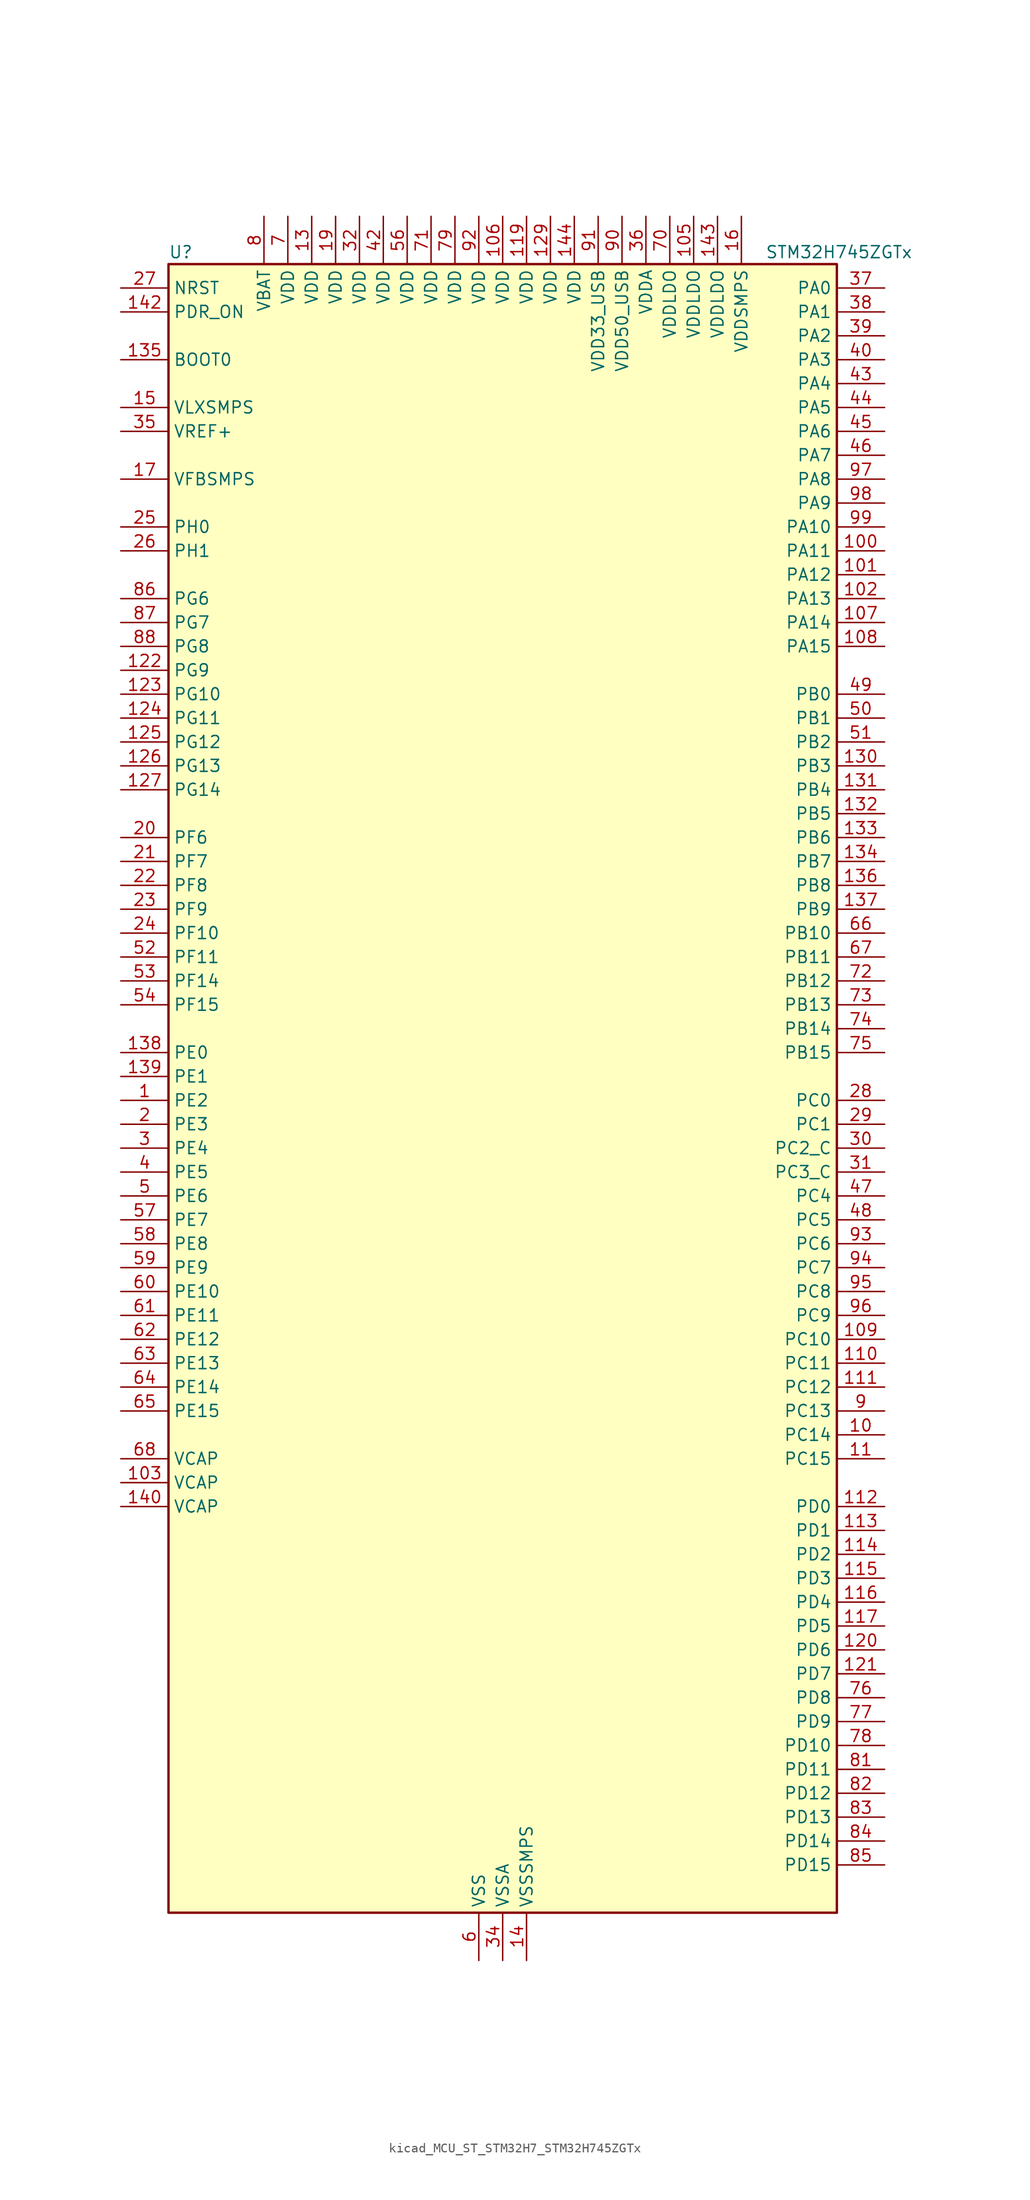
<source format=kicad_sym>
(kicad_symbol_lib
  (version 20220914)
  (generator kicad_symbol_editor)
  (symbol "kicad_MCU_ST_STM32H7_STM32H745ZGTx"
    (property "Reference" "U"
      (at -35.56 90.17 0)
      (effects (font (size 1.27 1.27)) (justify left)))
    (property "Value" "STM32H745ZGTx"
      (at 27.94 90.17 0)
      (effects (font (size 1.27 1.27)) (justify left)))
    (property "ki_locked" ""
      (at 0 0 0)
      (effects (font (size 1.27 1.27))))
    (symbol "kicad_MCU_ST_STM32H7_STM32H745ZGTx_0_1"
      (rectangle (start -35.56 -86.36) (end 35.56 88.9) (stroke (width 0.254) (type default)) (fill (type background))))
    (symbol "kicad_MCU_ST_STM32H7_STM32H745ZGTx_1_1"
      (pin bidirectional line (at -40.64 0 0) (length 5.08) (name "PE2" (effects (font (size 1.27 1.27)))) (number "1" (effects (font (size 1.27 1.27)))) (alternate "DEBUG_TRACECLK" bidirectional line) (alternate "ETH_TXD3" bidirectional line) (alternate "FMC_A23" bidirectional line) (alternate "QUADSPI_BK1_IO2" bidirectional line) (alternate "SAI1_CK1" bidirectional line) (alternate "SAI1_MCLK_A" bidirectional line) (alternate "SAI4_CK1" bidirectional line) (alternate "SAI4_MCLK_A" bidirectional line) (alternate "SPI4_SCK" bidirectional line))
      (pin bidirectional line (at 40.64 -35.56 180) (length 5.08) (name "PC14" (effects (font (size 1.27 1.27)))) (number "10" (effects (font (size 1.27 1.27)))) (alternate "RCC_OSC32_IN" bidirectional line))
      (pin bidirectional line (at 40.64 58.42 180) (length 5.08) (name "PA11" (effects (font (size 1.27 1.27)))) (number "100" (effects (font (size 1.27 1.27)))) (alternate "ADC1_EXTI11" bidirectional line) (alternate "ADC2_EXTI11" bidirectional line) (alternate "ADC3_EXTI11" bidirectional line) (alternate "FDCAN1_RX" bidirectional line) (alternate "HRTIM_CHD1" bidirectional line) (alternate "I2S2_WS" bidirectional line) (alternate "LPUART1_CTS" bidirectional line) (alternate "LTDC_R4" bidirectional line) (alternate "SPI2_NSS" bidirectional line) (alternate "TIM1_CH4" bidirectional line) (alternate "UART4_RX" bidirectional line) (alternate "USART1_CTS" bidirectional line) (alternate "USART1_NSS" bidirectional line) (alternate "USB_OTG_FS_DM" bidirectional line))
      (pin bidirectional line (at 40.64 55.88 180) (length 5.08) (name "PA12" (effects (font (size 1.27 1.27)))) (number "101" (effects (font (size 1.27 1.27)))) (alternate "FDCAN1_TX" bidirectional line) (alternate "HRTIM_CHD2" bidirectional line) (alternate "I2S2_CK" bidirectional line) (alternate "LPUART1_DE" bidirectional line) (alternate "LPUART1_RTS" bidirectional line) (alternate "LTDC_R5" bidirectional line) (alternate "SAI2_FS_B" bidirectional line) (alternate "SPI2_SCK" bidirectional line) (alternate "TIM1_ETR" bidirectional line) (alternate "UART4_TX" bidirectional line) (alternate "USART1_DE" bidirectional line) (alternate "USART1_RTS" bidirectional line) (alternate "USB_OTG_FS_DP" bidirectional line))
      (pin bidirectional line (at 40.64 53.34 180) (length 5.08) (name "PA13" (effects (font (size 1.27 1.27)))) (number "102" (effects (font (size 1.27 1.27)))) (alternate "DEBUG_JTMS-SWDIO" bidirectional line))
      (pin power_out line (at -40.64 -40.64 0) (length 5.08) (name "VCAP" (effects (font (size 1.27 1.27)))) (number "103" (effects (font (size 1.27 1.27)))))
      (pin passive line (at -2.54 -91.44 90) (length 5.08) hide (name "VSS" (effects (font (size 1.27 1.27)))) (number "104" (effects (font (size 1.27 1.27)))))
      (pin power_in line (at 20.32 93.98 270) (length 5.08) (name "VDDLDO" (effects (font (size 1.27 1.27)))) (number "105" (effects (font (size 1.27 1.27)))))
      (pin power_in line (at 0 93.98 270) (length 5.08) (name "VDD" (effects (font (size 1.27 1.27)))) (number "106" (effects (font (size 1.27 1.27)))))
      (pin bidirectional line (at 40.64 50.8 180) (length 5.08) (name "PA14" (effects (font (size 1.27 1.27)))) (number "107" (effects (font (size 1.27 1.27)))) (alternate "DEBUG_JTCK-SWCLK" bidirectional line))
      (pin bidirectional line (at 40.64 48.26 180) (length 5.08) (name "PA15" (effects (font (size 1.27 1.27)))) (number "108" (effects (font (size 1.27 1.27)))) (alternate "ADC1_EXTI15" bidirectional line) (alternate "ADC2_EXTI15" bidirectional line) (alternate "ADC3_EXTI15" bidirectional line) (alternate "CEC" bidirectional line) (alternate "DEBUG_JTDI" bidirectional line) (alternate "HRTIM_FLT1" bidirectional line) (alternate "I2S1_WS" bidirectional line) (alternate "I2S3_WS" bidirectional line) (alternate "SPI1_NSS" bidirectional line) (alternate "SPI3_NSS" bidirectional line) (alternate "SPI6_NSS" bidirectional line) (alternate "TIM2_CH1" bidirectional line) (alternate "TIM2_ETR" bidirectional line) (alternate "UART4_DE" bidirectional line) (alternate "UART4_RTS" bidirectional line) (alternate "UART7_TX" bidirectional line))
      (pin bidirectional line (at 40.64 -25.4 180) (length 5.08) (name "PC10" (effects (font (size 1.27 1.27)))) (number "109" (effects (font (size 1.27 1.27)))) (alternate "DCMI_D8" bidirectional line) (alternate "DFSDM1_CKIN5" bidirectional line) (alternate "HRTIM_EEV1" bidirectional line) (alternate "I2S3_CK" bidirectional line) (alternate "LTDC_R2" bidirectional line) (alternate "QUADSPI_BK1_IO1" bidirectional line) (alternate "SDMMC1_D2" bidirectional line) (alternate "SPI3_SCK" bidirectional line) (alternate "UART4_TX" bidirectional line) (alternate "USART3_TX" bidirectional line))
      (pin bidirectional line (at 40.64 -38.1 180) (length 5.08) (name "PC15" (effects (font (size 1.27 1.27)))) (number "11" (effects (font (size 1.27 1.27)))) (alternate "ADC1_EXTI15" bidirectional line) (alternate "ADC2_EXTI15" bidirectional line) (alternate "ADC3_EXTI15" bidirectional line) (alternate "RCC_OSC32_OUT" bidirectional line))
      (pin bidirectional line (at 40.64 -27.94 180) (length 5.08) (name "PC11" (effects (font (size 1.27 1.27)))) (number "110" (effects (font (size 1.27 1.27)))) (alternate "ADC1_EXTI11" bidirectional line) (alternate "ADC2_EXTI11" bidirectional line) (alternate "ADC3_EXTI11" bidirectional line) (alternate "DCMI_D4" bidirectional line) (alternate "DFSDM1_DATIN5" bidirectional line) (alternate "HRTIM_FLT2" bidirectional line) (alternate "I2S3_SDI" bidirectional line) (alternate "QUADSPI_BK2_NCS" bidirectional line) (alternate "SDMMC1_D3" bidirectional line) (alternate "SPI3_MISO" bidirectional line) (alternate "UART4_RX" bidirectional line) (alternate "USART3_RX" bidirectional line))
      (pin bidirectional line (at 40.64 -30.48 180) (length 5.08) (name "PC12" (effects (font (size 1.27 1.27)))) (number "111" (effects (font (size 1.27 1.27)))) (alternate "DCMI_D9" bidirectional line) (alternate "DEBUG_TRACED3" bidirectional line) (alternate "HRTIM_EEV2" bidirectional line) (alternate "I2S3_SDO" bidirectional line) (alternate "SDMMC1_CK" bidirectional line) (alternate "SPI3_MOSI" bidirectional line) (alternate "UART5_TX" bidirectional line) (alternate "USART3_CK" bidirectional line))
      (pin bidirectional line (at 40.64 -43.18 180) (length 5.08) (name "PD0" (effects (font (size 1.27 1.27)))) (number "112" (effects (font (size 1.27 1.27)))) (alternate "DFSDM1_CKIN6" bidirectional line) (alternate "FDCAN1_RX" bidirectional line) (alternate "FMC_D2" bidirectional line) (alternate "FMC_DA2" bidirectional line) (alternate "SAI3_SCK_A" bidirectional line) (alternate "UART4_RX" bidirectional line))
      (pin bidirectional line (at 40.64 -45.72 180) (length 5.08) (name "PD1" (effects (font (size 1.27 1.27)))) (number "113" (effects (font (size 1.27 1.27)))) (alternate "DFSDM1_DATIN6" bidirectional line) (alternate "FDCAN1_TX" bidirectional line) (alternate "FMC_D3" bidirectional line) (alternate "FMC_DA3" bidirectional line) (alternate "SAI3_SD_A" bidirectional line) (alternate "UART4_TX" bidirectional line))
      (pin bidirectional line (at 40.64 -48.26 180) (length 5.08) (name "PD2" (effects (font (size 1.27 1.27)))) (number "114" (effects (font (size 1.27 1.27)))) (alternate "DCMI_D11" bidirectional line) (alternate "DEBUG_TRACED2" bidirectional line) (alternate "SDMMC1_CMD" bidirectional line) (alternate "TIM3_ETR" bidirectional line) (alternate "UART5_RX" bidirectional line))
      (pin bidirectional line (at 40.64 -50.8 180) (length 5.08) (name "PD3" (effects (font (size 1.27 1.27)))) (number "115" (effects (font (size 1.27 1.27)))) (alternate "DCMI_D5" bidirectional line) (alternate "DFSDM1_CKOUT" bidirectional line) (alternate "FMC_CLK" bidirectional line) (alternate "I2S2_CK" bidirectional line) (alternate "LTDC_G7" bidirectional line) (alternate "SPI2_SCK" bidirectional line) (alternate "USART2_CTS" bidirectional line) (alternate "USART2_NSS" bidirectional line))
      (pin bidirectional line (at 40.64 -53.34 180) (length 5.08) (name "PD4" (effects (font (size 1.27 1.27)))) (number "116" (effects (font (size 1.27 1.27)))) (alternate "FMC_NOE" bidirectional line) (alternate "HRTIM_FLT3" bidirectional line) (alternate "SAI3_FS_A" bidirectional line) (alternate "USART2_DE" bidirectional line) (alternate "USART2_RTS" bidirectional line))
      (pin bidirectional line (at 40.64 -55.88 180) (length 5.08) (name "PD5" (effects (font (size 1.27 1.27)))) (number "117" (effects (font (size 1.27 1.27)))) (alternate "FMC_NWE" bidirectional line) (alternate "HRTIM_EEV3" bidirectional line) (alternate "USART2_TX" bidirectional line))
      (pin passive line (at -2.54 -91.44 90) (length 5.08) hide (name "VSS" (effects (font (size 1.27 1.27)))) (number "118" (effects (font (size 1.27 1.27)))))
      (pin power_in line (at 2.54 93.98 270) (length 5.08) (name "VDD" (effects (font (size 1.27 1.27)))) (number "119" (effects (font (size 1.27 1.27)))))
      (pin passive line (at -2.54 -91.44 90) (length 5.08) hide (name "VSS" (effects (font (size 1.27 1.27)))) (number "12" (effects (font (size 1.27 1.27)))))
      (pin bidirectional line (at 40.64 -58.42 180) (length 5.08) (name "PD6" (effects (font (size 1.27 1.27)))) (number "120" (effects (font (size 1.27 1.27)))) (alternate "DCMI_D10" bidirectional line) (alternate "DFSDM1_CKIN4" bidirectional line) (alternate "DFSDM1_DATIN1" bidirectional line) (alternate "FMC_NWAIT" bidirectional line) (alternate "I2S3_SDO" bidirectional line) (alternate "LTDC_B2" bidirectional line) (alternate "SAI1_D1" bidirectional line) (alternate "SAI1_SD_A" bidirectional line) (alternate "SAI4_D1" bidirectional line) (alternate "SAI4_SD_A" bidirectional line) (alternate "SDMMC2_CK" bidirectional line) (alternate "SPI3_MOSI" bidirectional line) (alternate "USART2_RX" bidirectional line))
      (pin bidirectional line (at 40.64 -60.96 180) (length 5.08) (name "PD7" (effects (font (size 1.27 1.27)))) (number "121" (effects (font (size 1.27 1.27)))) (alternate "DFSDM1_CKIN1" bidirectional line) (alternate "DFSDM1_DATIN4" bidirectional line) (alternate "FMC_NE1" bidirectional line) (alternate "I2S1_SDO" bidirectional line) (alternate "SDMMC2_CMD" bidirectional line) (alternate "SPDIFRX1_IN0" bidirectional line) (alternate "SPI1_MOSI" bidirectional line) (alternate "USART2_CK" bidirectional line))
      (pin bidirectional line (at -40.64 45.72 0) (length 5.08) (name "PG9" (effects (font (size 1.27 1.27)))) (number "122" (effects (font (size 1.27 1.27)))) (alternate "DAC1_EXTI9" bidirectional line) (alternate "DCMI_VSYNC" bidirectional line) (alternate "FMC_NCE" bidirectional line) (alternate "FMC_NE2" bidirectional line) (alternate "I2S1_SDI" bidirectional line) (alternate "QUADSPI_BK2_IO2" bidirectional line) (alternate "SAI2_FS_B" bidirectional line) (alternate "SPDIFRX1_IN3" bidirectional line) (alternate "SPI1_MISO" bidirectional line) (alternate "USART6_RX" bidirectional line))
      (pin bidirectional line (at -40.64 43.18 0) (length 5.08) (name "PG10" (effects (font (size 1.27 1.27)))) (number "123" (effects (font (size 1.27 1.27)))) (alternate "DCMI_D2" bidirectional line) (alternate "FMC_NE3" bidirectional line) (alternate "HRTIM_FLT5" bidirectional line) (alternate "I2S1_WS" bidirectional line) (alternate "LTDC_B2" bidirectional line) (alternate "LTDC_G3" bidirectional line) (alternate "SAI2_SD_B" bidirectional line) (alternate "SPI1_NSS" bidirectional line))
      (pin bidirectional line (at -40.64 40.64 0) (length 5.08) (name "PG11" (effects (font (size 1.27 1.27)))) (number "124" (effects (font (size 1.27 1.27)))) (alternate "ADC1_EXTI11" bidirectional line) (alternate "ADC2_EXTI11" bidirectional line) (alternate "ADC3_EXTI11" bidirectional line) (alternate "DCMI_D3" bidirectional line) (alternate "ETH_TX_EN" bidirectional line) (alternate "HRTIM_EEV4" bidirectional line) (alternate "I2S1_CK" bidirectional line) (alternate "LPTIM1_IN2" bidirectional line) (alternate "LTDC_B3" bidirectional line) (alternate "SDMMC2_D2" bidirectional line) (alternate "SPDIFRX1_IN0" bidirectional line) (alternate "SPI1_SCK" bidirectional line))
      (pin bidirectional line (at -40.64 38.1 0) (length 5.08) (name "PG12" (effects (font (size 1.27 1.27)))) (number "125" (effects (font (size 1.27 1.27)))) (alternate "ETH_TXD1" bidirectional line) (alternate "FMC_NE4" bidirectional line) (alternate "HRTIM_EEV5" bidirectional line) (alternate "LPTIM1_IN1" bidirectional line) (alternate "LTDC_B1" bidirectional line) (alternate "LTDC_B4" bidirectional line) (alternate "SPDIFRX1_IN1" bidirectional line) (alternate "SPI6_MISO" bidirectional line) (alternate "USART6_DE" bidirectional line) (alternate "USART6_RTS" bidirectional line))
      (pin bidirectional line (at -40.64 35.56 0) (length 5.08) (name "PG13" (effects (font (size 1.27 1.27)))) (number "126" (effects (font (size 1.27 1.27)))) (alternate "DEBUG_TRACED0" bidirectional line) (alternate "ETH_TXD0" bidirectional line) (alternate "FMC_A24" bidirectional line) (alternate "HRTIM_EEV10" bidirectional line) (alternate "LPTIM1_OUT" bidirectional line) (alternate "LTDC_R0" bidirectional line) (alternate "SPI6_SCK" bidirectional line) (alternate "USART6_CTS" bidirectional line) (alternate "USART6_NSS" bidirectional line))
      (pin bidirectional line (at -40.64 33.02 0) (length 5.08) (name "PG14" (effects (font (size 1.27 1.27)))) (number "127" (effects (font (size 1.27 1.27)))) (alternate "DEBUG_TRACED1" bidirectional line) (alternate "ETH_TXD1" bidirectional line) (alternate "FMC_A25" bidirectional line) (alternate "LPTIM1_ETR" bidirectional line) (alternate "LTDC_B0" bidirectional line) (alternate "QUADSPI_BK2_IO3" bidirectional line) (alternate "SPI6_MOSI" bidirectional line) (alternate "USART6_TX" bidirectional line))
      (pin passive line (at -2.54 -91.44 90) (length 5.08) hide (name "VSS" (effects (font (size 1.27 1.27)))) (number "128" (effects (font (size 1.27 1.27)))))
      (pin power_in line (at 5.08 93.98 270) (length 5.08) (name "VDD" (effects (font (size 1.27 1.27)))) (number "129" (effects (font (size 1.27 1.27)))))
      (pin power_in line (at -20.32 93.98 270) (length 5.08) (name "VDD" (effects (font (size 1.27 1.27)))) (number "13" (effects (font (size 1.27 1.27)))))
      (pin bidirectional line (at 40.64 35.56 180) (length 5.08) (name "PB3" (effects (font (size 1.27 1.27)))) (number "130" (effects (font (size 1.27 1.27)))) (alternate "CRS_SYNC" bidirectional line) (alternate "DEBUG_JTDO-SWO" bidirectional line) (alternate "HRTIM_FLT4" bidirectional line) (alternate "I2S1_CK" bidirectional line) (alternate "I2S3_CK" bidirectional line) (alternate "SDMMC2_D2" bidirectional line) (alternate "SPI1_SCK" bidirectional line) (alternate "SPI3_SCK" bidirectional line) (alternate "SPI6_SCK" bidirectional line) (alternate "TIM2_CH2" bidirectional line) (alternate "UART7_RX" bidirectional line))
      (pin bidirectional line (at 40.64 33.02 180) (length 5.08) (name "PB4" (effects (font (size 1.27 1.27)))) (number "131" (effects (font (size 1.27 1.27)))) (alternate "DEBUG_JTRST" bidirectional line) (alternate "HRTIM_EEV6" bidirectional line) (alternate "I2S1_SDI" bidirectional line) (alternate "I2S2_WS" bidirectional line) (alternate "I2S3_SDI" bidirectional line) (alternate "SDMMC2_D3" bidirectional line) (alternate "SPI1_MISO" bidirectional line) (alternate "SPI2_NSS" bidirectional line) (alternate "SPI3_MISO" bidirectional line) (alternate "SPI6_MISO" bidirectional line) (alternate "TIM16_BKIN" bidirectional line) (alternate "TIM3_CH1" bidirectional line) (alternate "UART7_TX" bidirectional line))
      (pin bidirectional line (at 40.64 30.48 180) (length 5.08) (name "PB5" (effects (font (size 1.27 1.27)))) (number "132" (effects (font (size 1.27 1.27)))) (alternate "DCMI_D10" bidirectional line) (alternate "ETH_PPS_OUT" bidirectional line) (alternate "FDCAN2_RX" bidirectional line) (alternate "FMC_SDCKE1" bidirectional line) (alternate "HRTIM_EEV7" bidirectional line) (alternate "I2C1_SMBA" bidirectional line) (alternate "I2C4_SMBA" bidirectional line) (alternate "I2S1_SDO" bidirectional line) (alternate "I2S3_SDO" bidirectional line) (alternate "SPI1_MOSI" bidirectional line) (alternate "SPI3_MOSI" bidirectional line) (alternate "SPI6_MOSI" bidirectional line) (alternate "TIM17_BKIN" bidirectional line) (alternate "TIM3_CH2" bidirectional line) (alternate "UART5_RX" bidirectional line) (alternate "USB_OTG_HS_ULPI_D7" bidirectional line))
      (pin bidirectional line (at 40.64 27.94 180) (length 5.08) (name "PB6" (effects (font (size 1.27 1.27)))) (number "133" (effects (font (size 1.27 1.27)))) (alternate "CEC" bidirectional line) (alternate "DCMI_D5" bidirectional line) (alternate "DFSDM1_DATIN5" bidirectional line) (alternate "FDCAN2_TX" bidirectional line) (alternate "FMC_SDNE1" bidirectional line) (alternate "HRTIM_EEV8" bidirectional line) (alternate "I2C1_SCL" bidirectional line) (alternate "I2C4_SCL" bidirectional line) (alternate "LPUART1_TX" bidirectional line) (alternate "QUADSPI_BK1_NCS" bidirectional line) (alternate "TIM16_CH1N" bidirectional line) (alternate "TIM4_CH1" bidirectional line) (alternate "UART5_TX" bidirectional line) (alternate "USART1_TX" bidirectional line))
      (pin bidirectional line (at 40.64 25.4 180) (length 5.08) (name "PB7" (effects (font (size 1.27 1.27)))) (number "134" (effects (font (size 1.27 1.27)))) (alternate "DCMI_VSYNC" bidirectional line) (alternate "DFSDM1_CKIN5" bidirectional line) (alternate "FMC_NL" bidirectional line) (alternate "HRTIM_EEV9" bidirectional line) (alternate "I2C1_SDA" bidirectional line) (alternate "I2C4_SDA" bidirectional line) (alternate "LPUART1_RX" bidirectional line) (alternate "PWR_PVD_IN" bidirectional line) (alternate "TIM17_CH1N" bidirectional line) (alternate "TIM4_CH2" bidirectional line) (alternate "USART1_RX" bidirectional line))
      (pin input line (at -40.64 78.74 0) (length 5.08) (name "BOOT0" (effects (font (size 1.27 1.27)))) (number "135" (effects (font (size 1.27 1.27)))))
      (pin bidirectional line (at 40.64 22.86 180) (length 5.08) (name "PB8" (effects (font (size 1.27 1.27)))) (number "136" (effects (font (size 1.27 1.27)))) (alternate "DCMI_D6" bidirectional line) (alternate "DFSDM1_CKIN7" bidirectional line) (alternate "ETH_TXD3" bidirectional line) (alternate "FDCAN1_RX" bidirectional line) (alternate "I2C1_SCL" bidirectional line) (alternate "I2C4_SCL" bidirectional line) (alternate "LTDC_B6" bidirectional line) (alternate "SDMMC1_CKIN" bidirectional line) (alternate "SDMMC1_D4" bidirectional line) (alternate "SDMMC2_D4" bidirectional line) (alternate "TIM16_CH1" bidirectional line) (alternate "TIM4_CH3" bidirectional line) (alternate "UART4_RX" bidirectional line))
      (pin bidirectional line (at 40.64 20.32 180) (length 5.08) (name "PB9" (effects (font (size 1.27 1.27)))) (number "137" (effects (font (size 1.27 1.27)))) (alternate "DAC1_EXTI9" bidirectional line) (alternate "DCMI_D7" bidirectional line) (alternate "DFSDM1_DATIN7" bidirectional line) (alternate "FDCAN1_TX" bidirectional line) (alternate "I2C1_SDA" bidirectional line) (alternate "I2C4_SDA" bidirectional line) (alternate "I2C4_SMBA" bidirectional line) (alternate "I2S2_WS" bidirectional line) (alternate "LTDC_B7" bidirectional line) (alternate "SDMMC1_CDIR" bidirectional line) (alternate "SDMMC1_D5" bidirectional line) (alternate "SDMMC2_D5" bidirectional line) (alternate "SPI2_NSS" bidirectional line) (alternate "TIM17_CH1" bidirectional line) (alternate "TIM4_CH4" bidirectional line) (alternate "UART4_TX" bidirectional line))
      (pin bidirectional line (at -40.64 5.08 0) (length 5.08) (name "PE0" (effects (font (size 1.27 1.27)))) (number "138" (effects (font (size 1.27 1.27)))) (alternate "DCMI_D2" bidirectional line) (alternate "FMC_NBL0" bidirectional line) (alternate "HRTIM_SCIN" bidirectional line) (alternate "LPTIM1_ETR" bidirectional line) (alternate "LPTIM2_ETR" bidirectional line) (alternate "SAI2_MCLK_A" bidirectional line) (alternate "TIM4_ETR" bidirectional line) (alternate "UART8_RX" bidirectional line))
      (pin bidirectional line (at -40.64 2.54 0) (length 5.08) (name "PE1" (effects (font (size 1.27 1.27)))) (number "139" (effects (font (size 1.27 1.27)))) (alternate "DCMI_D3" bidirectional line) (alternate "FMC_NBL1" bidirectional line) (alternate "HRTIM_SCOUT" bidirectional line) (alternate "LPTIM1_IN2" bidirectional line) (alternate "UART8_TX" bidirectional line))
      (pin power_in line (at 2.54 -91.44 90) (length 5.08) (name "VSSSMPS" (effects (font (size 1.27 1.27)))) (number "14" (effects (font (size 1.27 1.27)))))
      (pin power_out line (at -40.64 -43.18 0) (length 5.08) (name "VCAP" (effects (font (size 1.27 1.27)))) (number "140" (effects (font (size 1.27 1.27)))))
      (pin passive line (at -2.54 -91.44 90) (length 5.08) hide (name "VSS" (effects (font (size 1.27 1.27)))) (number "141" (effects (font (size 1.27 1.27)))))
      (pin input line (at -40.64 83.82 0) (length 5.08) (name "PDR_ON" (effects (font (size 1.27 1.27)))) (number "142" (effects (font (size 1.27 1.27)))))
      (pin power_in line (at 22.86 93.98 270) (length 5.08) (name "VDDLDO" (effects (font (size 1.27 1.27)))) (number "143" (effects (font (size 1.27 1.27)))))
      (pin power_in line (at 7.62 93.98 270) (length 5.08) (name "VDD" (effects (font (size 1.27 1.27)))) (number "144" (effects (font (size 1.27 1.27)))))
      (pin power_in line (at -40.64 73.66 0) (length 5.08) (name "VLXSMPS" (effects (font (size 1.27 1.27)))) (number "15" (effects (font (size 1.27 1.27)))))
      (pin power_in line (at 25.4 93.98 270) (length 5.08) (name "VDDSMPS" (effects (font (size 1.27 1.27)))) (number "16" (effects (font (size 1.27 1.27)))))
      (pin input line (at -40.64 66.04 0) (length 5.08) (name "VFBSMPS" (effects (font (size 1.27 1.27)))) (number "17" (effects (font (size 1.27 1.27)))))
      (pin passive line (at -2.54 -91.44 90) (length 5.08) hide (name "VSS" (effects (font (size 1.27 1.27)))) (number "18" (effects (font (size 1.27 1.27)))))
      (pin power_in line (at -17.78 93.98 270) (length 5.08) (name "VDD" (effects (font (size 1.27 1.27)))) (number "19" (effects (font (size 1.27 1.27)))))
      (pin bidirectional line (at -40.64 -2.54 0) (length 5.08) (name "PE3" (effects (font (size 1.27 1.27)))) (number "2" (effects (font (size 1.27 1.27)))) (alternate "DEBUG_TRACED0" bidirectional line) (alternate "FMC_A19" bidirectional line) (alternate "SAI1_SD_B" bidirectional line) (alternate "SAI4_SD_B" bidirectional line) (alternate "TIM15_BKIN" bidirectional line))
      (pin bidirectional line (at -40.64 27.94 0) (length 5.08) (name "PF6" (effects (font (size 1.27 1.27)))) (number "20" (effects (font (size 1.27 1.27)))) (alternate "ADC3_INP8" bidirectional line) (alternate "QUADSPI_BK1_IO3" bidirectional line) (alternate "SAI1_SD_B" bidirectional line) (alternate "SAI4_SD_B" bidirectional line) (alternate "SPI5_NSS" bidirectional line) (alternate "TIM16_CH1" bidirectional line) (alternate "UART7_RX" bidirectional line))
      (pin bidirectional line (at -40.64 25.4 0) (length 5.08) (name "PF7" (effects (font (size 1.27 1.27)))) (number "21" (effects (font (size 1.27 1.27)))) (alternate "ADC3_INP3" bidirectional line) (alternate "QUADSPI_BK1_IO2" bidirectional line) (alternate "SAI1_MCLK_B" bidirectional line) (alternate "SAI4_MCLK_B" bidirectional line) (alternate "SPI5_SCK" bidirectional line) (alternate "TIM17_CH1" bidirectional line) (alternate "UART7_TX" bidirectional line))
      (pin bidirectional line (at -40.64 22.86 0) (length 5.08) (name "PF8" (effects (font (size 1.27 1.27)))) (number "22" (effects (font (size 1.27 1.27)))) (alternate "ADC3_INN3" bidirectional line) (alternate "ADC3_INP7" bidirectional line) (alternate "QUADSPI_BK1_IO0" bidirectional line) (alternate "SAI1_SCK_B" bidirectional line) (alternate "SAI4_SCK_B" bidirectional line) (alternate "SPI5_MISO" bidirectional line) (alternate "TIM13_CH1" bidirectional line) (alternate "TIM16_CH1N" bidirectional line) (alternate "UART7_DE" bidirectional line) (alternate "UART7_RTS" bidirectional line))
      (pin bidirectional line (at -40.64 20.32 0) (length 5.08) (name "PF9" (effects (font (size 1.27 1.27)))) (number "23" (effects (font (size 1.27 1.27)))) (alternate "ADC3_INP2" bidirectional line) (alternate "DAC1_EXTI9" bidirectional line) (alternate "QUADSPI_BK1_IO1" bidirectional line) (alternate "SAI1_FS_B" bidirectional line) (alternate "SAI4_FS_B" bidirectional line) (alternate "SPI5_MOSI" bidirectional line) (alternate "TIM14_CH1" bidirectional line) (alternate "TIM17_CH1N" bidirectional line) (alternate "UART7_CTS" bidirectional line))
      (pin bidirectional line (at -40.64 17.78 0) (length 5.08) (name "PF10" (effects (font (size 1.27 1.27)))) (number "24" (effects (font (size 1.27 1.27)))) (alternate "ADC3_INN2" bidirectional line) (alternate "ADC3_INP6" bidirectional line) (alternate "DCMI_D11" bidirectional line) (alternate "LTDC_DE" bidirectional line) (alternate "QUADSPI_CLK" bidirectional line) (alternate "SAI1_D3" bidirectional line) (alternate "SAI4_D3" bidirectional line) (alternate "TIM16_BKIN" bidirectional line))
      (pin bidirectional line (at -40.64 60.96 0) (length 5.08) (name "PH0" (effects (font (size 1.27 1.27)))) (number "25" (effects (font (size 1.27 1.27)))) (alternate "RCC_OSC_IN" bidirectional line))
      (pin bidirectional line (at -40.64 58.42 0) (length 5.08) (name "PH1" (effects (font (size 1.27 1.27)))) (number "26" (effects (font (size 1.27 1.27)))) (alternate "RCC_OSC_OUT" bidirectional line))
      (pin input line (at -40.64 86.36 0) (length 5.08) (name "NRST" (effects (font (size 1.27 1.27)))) (number "27" (effects (font (size 1.27 1.27)))))
      (pin bidirectional line (at 40.64 0 180) (length 5.08) (name "PC0" (effects (font (size 1.27 1.27)))) (number "28" (effects (font (size 1.27 1.27)))) (alternate "ADC1_INP10" bidirectional line) (alternate "ADC2_INP10" bidirectional line) (alternate "ADC3_INP10" bidirectional line) (alternate "DFSDM1_CKIN0" bidirectional line) (alternate "DFSDM1_DATIN4" bidirectional line) (alternate "FMC_SDNWE" bidirectional line) (alternate "LTDC_R5" bidirectional line) (alternate "SAI2_FS_B" bidirectional line) (alternate "USB_OTG_HS_ULPI_STP" bidirectional line))
      (pin bidirectional line (at 40.64 -2.54 180) (length 5.08) (name "PC1" (effects (font (size 1.27 1.27)))) (number "29" (effects (font (size 1.27 1.27)))) (alternate "ADC1_INN10" bidirectional line) (alternate "ADC1_INP11" bidirectional line) (alternate "ADC2_INN10" bidirectional line) (alternate "ADC2_INP11" bidirectional line) (alternate "ADC3_INN10" bidirectional line) (alternate "ADC3_INP11" bidirectional line) (alternate "DEBUG_TRACED0" bidirectional line) (alternate "DFSDM1_CKIN4" bidirectional line) (alternate "DFSDM1_DATIN0" bidirectional line) (alternate "ETH_MDC" bidirectional line) (alternate "I2S2_SDO" bidirectional line) (alternate "MDIOS_MDC" bidirectional line) (alternate "PWR_WKUP5" bidirectional line) (alternate "RTC_TAMP3" bidirectional line) (alternate "SAI1_D1" bidirectional line) (alternate "SAI1_SD_A" bidirectional line) (alternate "SAI4_D1" bidirectional line) (alternate "SAI4_SD_A" bidirectional line) (alternate "SDMMC2_CK" bidirectional line) (alternate "SPI2_MOSI" bidirectional line))
      (pin bidirectional line (at -40.64 -5.08 0) (length 5.08) (name "PE4" (effects (font (size 1.27 1.27)))) (number "3" (effects (font (size 1.27 1.27)))) (alternate "DCMI_D4" bidirectional line) (alternate "DEBUG_TRACED1" bidirectional line) (alternate "DFSDM1_DATIN3" bidirectional line) (alternate "FMC_A20" bidirectional line) (alternate "LTDC_B0" bidirectional line) (alternate "SAI1_D2" bidirectional line) (alternate "SAI1_FS_A" bidirectional line) (alternate "SAI4_D2" bidirectional line) (alternate "SAI4_FS_A" bidirectional line) (alternate "SPI4_NSS" bidirectional line) (alternate "TIM15_CH1N" bidirectional line))
      (pin bidirectional line (at 40.64 -5.08 180) (length 5.08) (name "PC2_C" (effects (font (size 1.27 1.27)))) (number "30" (effects (font (size 1.27 1.27)))) (alternate "ADC3_INN1" bidirectional line) (alternate "ADC3_INP0" bidirectional line) (alternate "DFSDM1_CKIN1" bidirectional line) (alternate "DFSDM1_CKOUT" bidirectional line) (alternate "ETH_TXD2" bidirectional line) (alternate "FMC_SDNE0" bidirectional line) (alternate "I2S2_SDI" bidirectional line) (alternate "PWR_CSTOP" bidirectional line) (alternate "SPI2_MISO" bidirectional line) (alternate "USB_OTG_HS_ULPI_DIR" bidirectional line))
      (pin bidirectional line (at 40.64 -7.62 180) (length 5.08) (name "PC3_C" (effects (font (size 1.27 1.27)))) (number "31" (effects (font (size 1.27 1.27)))) (alternate "ADC3_INP1" bidirectional line) (alternate "DFSDM1_DATIN1" bidirectional line) (alternate "ETH_TX_CLK" bidirectional line) (alternate "FMC_SDCKE0" bidirectional line) (alternate "I2S2_SDO" bidirectional line) (alternate "PWR_CSLEEP" bidirectional line) (alternate "SPI2_MOSI" bidirectional line) (alternate "USB_OTG_HS_ULPI_NXT" bidirectional line))
      (pin power_in line (at -15.24 93.98 270) (length 5.08) (name "VDD" (effects (font (size 1.27 1.27)))) (number "32" (effects (font (size 1.27 1.27)))))
      (pin passive line (at -2.54 -91.44 90) (length 5.08) hide (name "VSS" (effects (font (size 1.27 1.27)))) (number "33" (effects (font (size 1.27 1.27)))))
      (pin power_in line (at 0 -91.44 90) (length 5.08) (name "VSSA" (effects (font (size 1.27 1.27)))) (number "34" (effects (font (size 1.27 1.27)))))
      (pin input line (at -40.64 71.12 0) (length 5.08) (name "VREF+" (effects (font (size 1.27 1.27)))) (number "35" (effects (font (size 1.27 1.27)))) (alternate "VREFBUF_OUT" bidirectional line))
      (pin power_in line (at 15.24 93.98 270) (length 5.08) (name "VDDA" (effects (font (size 1.27 1.27)))) (number "36" (effects (font (size 1.27 1.27)))))
      (pin bidirectional line (at 40.64 86.36 180) (length 5.08) (name "PA0" (effects (font (size 1.27 1.27)))) (number "37" (effects (font (size 1.27 1.27)))) (alternate "ADC1_INP16" bidirectional line) (alternate "ETH_CRS" bidirectional line) (alternate "PWR_WKUP0" bidirectional line) (alternate "SAI2_SD_B" bidirectional line) (alternate "SDMMC2_CMD" bidirectional line) (alternate "TIM15_BKIN" bidirectional line) (alternate "TIM2_CH1" bidirectional line) (alternate "TIM2_ETR" bidirectional line) (alternate "TIM5_CH1" bidirectional line) (alternate "TIM8_ETR" bidirectional line) (alternate "UART4_TX" bidirectional line) (alternate "USART2_CTS" bidirectional line) (alternate "USART2_NSS" bidirectional line))
      (pin bidirectional line (at 40.64 83.82 180) (length 5.08) (name "PA1" (effects (font (size 1.27 1.27)))) (number "38" (effects (font (size 1.27 1.27)))) (alternate "ADC1_INN16" bidirectional line) (alternate "ADC1_INP17" bidirectional line) (alternate "ETH_REF_CLK" bidirectional line) (alternate "ETH_RX_CLK" bidirectional line) (alternate "LPTIM3_OUT" bidirectional line) (alternate "LTDC_R2" bidirectional line) (alternate "QUADSPI_BK1_IO3" bidirectional line) (alternate "SAI2_MCLK_B" bidirectional line) (alternate "TIM15_CH1N" bidirectional line) (alternate "TIM2_CH2" bidirectional line) (alternate "TIM5_CH2" bidirectional line) (alternate "UART4_RX" bidirectional line) (alternate "USART2_DE" bidirectional line) (alternate "USART2_RTS" bidirectional line))
      (pin bidirectional line (at 40.64 81.28 180) (length 5.08) (name "PA2" (effects (font (size 1.27 1.27)))) (number "39" (effects (font (size 1.27 1.27)))) (alternate "ADC1_INP14" bidirectional line) (alternate "ADC2_INP14" bidirectional line) (alternate "ETH_MDIO" bidirectional line) (alternate "LPTIM4_OUT" bidirectional line) (alternate "LTDC_R1" bidirectional line) (alternate "MDIOS_MDIO" bidirectional line) (alternate "PWR_WKUP1" bidirectional line) (alternate "SAI2_SCK_B" bidirectional line) (alternate "TIM15_CH1" bidirectional line) (alternate "TIM2_CH3" bidirectional line) (alternate "TIM5_CH3" bidirectional line) (alternate "USART2_TX" bidirectional line))
      (pin bidirectional line (at -40.64 -7.62 0) (length 5.08) (name "PE5" (effects (font (size 1.27 1.27)))) (number "4" (effects (font (size 1.27 1.27)))) (alternate "DCMI_D6" bidirectional line) (alternate "DEBUG_TRACED2" bidirectional line) (alternate "DFSDM1_CKIN3" bidirectional line) (alternate "FMC_A21" bidirectional line) (alternate "LTDC_G0" bidirectional line) (alternate "SAI1_CK2" bidirectional line) (alternate "SAI1_SCK_A" bidirectional line) (alternate "SAI4_CK2" bidirectional line) (alternate "SAI4_SCK_A" bidirectional line) (alternate "SPI4_MISO" bidirectional line) (alternate "TIM15_CH1" bidirectional line))
      (pin bidirectional line (at 40.64 78.74 180) (length 5.08) (name "PA3" (effects (font (size 1.27 1.27)))) (number "40" (effects (font (size 1.27 1.27)))) (alternate "ADC1_INP15" bidirectional line) (alternate "ADC2_INP15" bidirectional line) (alternate "ETH_COL" bidirectional line) (alternate "LPTIM5_OUT" bidirectional line) (alternate "LTDC_B2" bidirectional line) (alternate "LTDC_B5" bidirectional line) (alternate "TIM15_CH2" bidirectional line) (alternate "TIM2_CH4" bidirectional line) (alternate "TIM5_CH4" bidirectional line) (alternate "USART2_RX" bidirectional line) (alternate "USB_OTG_HS_ULPI_D0" bidirectional line))
      (pin passive line (at -2.54 -91.44 90) (length 5.08) hide (name "VSS" (effects (font (size 1.27 1.27)))) (number "41" (effects (font (size 1.27 1.27)))))
      (pin power_in line (at -12.7 93.98 270) (length 5.08) (name "VDD" (effects (font (size 1.27 1.27)))) (number "42" (effects (font (size 1.27 1.27)))))
      (pin bidirectional line (at 40.64 76.2 180) (length 5.08) (name "PA4" (effects (font (size 1.27 1.27)))) (number "43" (effects (font (size 1.27 1.27)))) (alternate "ADC1_INP18" bidirectional line) (alternate "ADC2_INP18" bidirectional line) (alternate "DAC1_OUT1" bidirectional line) (alternate "DCMI_HSYNC" bidirectional line) (alternate "I2S1_WS" bidirectional line) (alternate "I2S3_WS" bidirectional line) (alternate "LTDC_VSYNC" bidirectional line) (alternate "SPI1_NSS" bidirectional line) (alternate "SPI3_NSS" bidirectional line) (alternate "SPI6_NSS" bidirectional line) (alternate "TIM5_ETR" bidirectional line) (alternate "USART2_CK" bidirectional line) (alternate "USB_OTG_HS_SOF" bidirectional line))
      (pin bidirectional line (at 40.64 73.66 180) (length 5.08) (name "PA5" (effects (font (size 1.27 1.27)))) (number "44" (effects (font (size 1.27 1.27)))) (alternate "ADC1_INN18" bidirectional line) (alternate "ADC1_INP19" bidirectional line) (alternate "ADC2_INN18" bidirectional line) (alternate "ADC2_INP19" bidirectional line) (alternate "DAC1_OUT2" bidirectional line) (alternate "I2S1_CK" bidirectional line) (alternate "LTDC_R4" bidirectional line) (alternate "PWR_NDSTOP2" bidirectional line) (alternate "SPI1_SCK" bidirectional line) (alternate "SPI6_SCK" bidirectional line) (alternate "TIM2_CH1" bidirectional line) (alternate "TIM2_ETR" bidirectional line) (alternate "TIM8_CH1N" bidirectional line) (alternate "USB_OTG_HS_ULPI_CK" bidirectional line))
      (pin bidirectional line (at 40.64 71.12 180) (length 5.08) (name "PA6" (effects (font (size 1.27 1.27)))) (number "45" (effects (font (size 1.27 1.27)))) (alternate "ADC1_INP3" bidirectional line) (alternate "ADC2_INP3" bidirectional line) (alternate "DCMI_PIXCLK" bidirectional line) (alternate "I2S1_SDI" bidirectional line) (alternate "LTDC_G2" bidirectional line) (alternate "MDIOS_MDC" bidirectional line) (alternate "SPI1_MISO" bidirectional line) (alternate "SPI6_MISO" bidirectional line) (alternate "TIM13_CH1" bidirectional line) (alternate "TIM1_BKIN" bidirectional line) (alternate "TIM1_BKIN_COMP1" bidirectional line) (alternate "TIM1_BKIN_COMP2" bidirectional line) (alternate "TIM3_CH1" bidirectional line) (alternate "TIM8_BKIN" bidirectional line) (alternate "TIM8_BKIN_COMP1" bidirectional line) (alternate "TIM8_BKIN_COMP2" bidirectional line))
      (pin bidirectional line (at 40.64 68.58 180) (length 5.08) (name "PA7" (effects (font (size 1.27 1.27)))) (number "46" (effects (font (size 1.27 1.27)))) (alternate "ADC1_INN3" bidirectional line) (alternate "ADC1_INP7" bidirectional line) (alternate "ADC2_INN3" bidirectional line) (alternate "ADC2_INP7" bidirectional line) (alternate "ETH_CRS_DV" bidirectional line) (alternate "ETH_RX_DV" bidirectional line) (alternate "FMC_SDNWE" bidirectional line) (alternate "I2S1_SDO" bidirectional line) (alternate "OPAMP1_VINM" bidirectional line) (alternate "OPAMP1_VINM1" bidirectional line) (alternate "SPI1_MOSI" bidirectional line) (alternate "SPI6_MOSI" bidirectional line) (alternate "TIM14_CH1" bidirectional line) (alternate "TIM1_CH1N" bidirectional line) (alternate "TIM3_CH2" bidirectional line) (alternate "TIM8_CH1N" bidirectional line))
      (pin bidirectional line (at 40.64 -10.16 180) (length 5.08) (name "PC4" (effects (font (size 1.27 1.27)))) (number "47" (effects (font (size 1.27 1.27)))) (alternate "ADC1_INP4" bidirectional line) (alternate "ADC2_INP4" bidirectional line) (alternate "COMP1_INM" bidirectional line) (alternate "DFSDM1_CKIN2" bidirectional line) (alternate "ETH_RXD0" bidirectional line) (alternate "FMC_SDNE0" bidirectional line) (alternate "I2S1_MCK" bidirectional line) (alternate "OPAMP1_VOUT" bidirectional line) (alternate "SPDIFRX1_IN2" bidirectional line))
      (pin bidirectional line (at 40.64 -12.7 180) (length 5.08) (name "PC5" (effects (font (size 1.27 1.27)))) (number "48" (effects (font (size 1.27 1.27)))) (alternate "ADC1_INN4" bidirectional line) (alternate "ADC1_INP8" bidirectional line) (alternate "ADC2_INN4" bidirectional line) (alternate "ADC2_INP8" bidirectional line) (alternate "COMP1_OUT" bidirectional line) (alternate "DFSDM1_DATIN2" bidirectional line) (alternate "ETH_RXD1" bidirectional line) (alternate "FMC_SDCKE0" bidirectional line) (alternate "OPAMP1_VINM" bidirectional line) (alternate "OPAMP1_VINM0" bidirectional line) (alternate "SAI1_D3" bidirectional line) (alternate "SAI4_D3" bidirectional line) (alternate "SPDIFRX1_IN3" bidirectional line))
      (pin bidirectional line (at 40.64 43.18 180) (length 5.08) (name "PB0" (effects (font (size 1.27 1.27)))) (number "49" (effects (font (size 1.27 1.27)))) (alternate "ADC1_INN5" bidirectional line) (alternate "ADC1_INP9" bidirectional line) (alternate "ADC2_INN5" bidirectional line) (alternate "ADC2_INP9" bidirectional line) (alternate "COMP1_INP" bidirectional line) (alternate "DFSDM1_CKOUT" bidirectional line) (alternate "ETH_RXD2" bidirectional line) (alternate "LTDC_G1" bidirectional line) (alternate "LTDC_R3" bidirectional line) (alternate "OPAMP1_VINP" bidirectional line) (alternate "TIM1_CH2N" bidirectional line) (alternate "TIM3_CH3" bidirectional line) (alternate "TIM8_CH2N" bidirectional line) (alternate "UART4_CTS" bidirectional line) (alternate "USB_OTG_HS_ULPI_D1" bidirectional line))
      (pin bidirectional line (at -40.64 -10.16 0) (length 5.08) (name "PE6" (effects (font (size 1.27 1.27)))) (number "5" (effects (font (size 1.27 1.27)))) (alternate "DCMI_D7" bidirectional line) (alternate "DEBUG_TRACED3" bidirectional line) (alternate "FMC_A22" bidirectional line) (alternate "LTDC_G1" bidirectional line) (alternate "SAI1_D1" bidirectional line) (alternate "SAI1_SD_A" bidirectional line) (alternate "SAI2_MCLK_B" bidirectional line) (alternate "SAI4_D1" bidirectional line) (alternate "SAI4_SD_A" bidirectional line) (alternate "SPI4_MOSI" bidirectional line) (alternate "TIM15_CH2" bidirectional line) (alternate "TIM1_BKIN2" bidirectional line) (alternate "TIM1_BKIN2_COMP1" bidirectional line) (alternate "TIM1_BKIN2_COMP2" bidirectional line))
      (pin bidirectional line (at 40.64 40.64 180) (length 5.08) (name "PB1" (effects (font (size 1.27 1.27)))) (number "50" (effects (font (size 1.27 1.27)))) (alternate "ADC1_INP5" bidirectional line) (alternate "ADC2_INP5" bidirectional line) (alternate "COMP1_INM" bidirectional line) (alternate "DFSDM1_DATIN1" bidirectional line) (alternate "ETH_RXD3" bidirectional line) (alternate "LTDC_G0" bidirectional line) (alternate "LTDC_R6" bidirectional line) (alternate "TIM1_CH3N" bidirectional line) (alternate "TIM3_CH4" bidirectional line) (alternate "TIM8_CH3N" bidirectional line) (alternate "USB_OTG_HS_ULPI_D2" bidirectional line))
      (pin bidirectional line (at 40.64 38.1 180) (length 5.08) (name "PB2" (effects (font (size 1.27 1.27)))) (number "51" (effects (font (size 1.27 1.27)))) (alternate "COMP1_INP" bidirectional line) (alternate "DFSDM1_CKIN1" bidirectional line) (alternate "I2S3_SDO" bidirectional line) (alternate "QUADSPI_CLK" bidirectional line) (alternate "RTC_OUT_ALARM" bidirectional line) (alternate "RTC_OUT_CALIB" bidirectional line) (alternate "SAI1_D1" bidirectional line) (alternate "SAI1_SD_A" bidirectional line) (alternate "SAI4_D1" bidirectional line) (alternate "SAI4_SD_A" bidirectional line) (alternate "SPI3_MOSI" bidirectional line))
      (pin bidirectional line (at -40.64 15.24 0) (length 5.08) (name "PF11" (effects (font (size 1.27 1.27)))) (number "52" (effects (font (size 1.27 1.27)))) (alternate "ADC1_EXTI11" bidirectional line) (alternate "ADC1_INP2" bidirectional line) (alternate "ADC2_EXTI11" bidirectional line) (alternate "ADC3_EXTI11" bidirectional line) (alternate "DCMI_D12" bidirectional line) (alternate "FMC_SDNRAS" bidirectional line) (alternate "SAI2_SD_B" bidirectional line) (alternate "SPI5_MOSI" bidirectional line))
      (pin bidirectional line (at -40.64 12.7 0) (length 5.08) (name "PF14" (effects (font (size 1.27 1.27)))) (number "53" (effects (font (size 1.27 1.27)))) (alternate "ADC2_INN2" bidirectional line) (alternate "ADC2_INP6" bidirectional line) (alternate "DFSDM1_CKIN6" bidirectional line) (alternate "FMC_A8" bidirectional line) (alternate "I2C4_SCL" bidirectional line))
      (pin bidirectional line (at -40.64 10.16 0) (length 5.08) (name "PF15" (effects (font (size 1.27 1.27)))) (number "54" (effects (font (size 1.27 1.27)))) (alternate "ADC1_EXTI15" bidirectional line) (alternate "ADC2_EXTI15" bidirectional line) (alternate "ADC3_EXTI15" bidirectional line) (alternate "FMC_A9" bidirectional line) (alternate "I2C4_SDA" bidirectional line))
      (pin passive line (at -2.54 -91.44 90) (length 5.08) hide (name "VSS" (effects (font (size 1.27 1.27)))) (number "55" (effects (font (size 1.27 1.27)))))
      (pin power_in line (at -10.16 93.98 270) (length 5.08) (name "VDD" (effects (font (size 1.27 1.27)))) (number "56" (effects (font (size 1.27 1.27)))))
      (pin bidirectional line (at -40.64 -12.7 0) (length 5.08) (name "PE7" (effects (font (size 1.27 1.27)))) (number "57" (effects (font (size 1.27 1.27)))) (alternate "COMP2_INM" bidirectional line) (alternate "DFSDM1_DATIN2" bidirectional line) (alternate "FMC_D4" bidirectional line) (alternate "FMC_DA4" bidirectional line) (alternate "OPAMP2_VOUT" bidirectional line) (alternate "QUADSPI_BK2_IO0" bidirectional line) (alternate "TIM1_ETR" bidirectional line) (alternate "UART7_RX" bidirectional line))
      (pin bidirectional line (at -40.64 -15.24 0) (length 5.08) (name "PE8" (effects (font (size 1.27 1.27)))) (number "58" (effects (font (size 1.27 1.27)))) (alternate "COMP2_OUT" bidirectional line) (alternate "DFSDM1_CKIN2" bidirectional line) (alternate "FMC_D5" bidirectional line) (alternate "FMC_DA5" bidirectional line) (alternate "OPAMP2_VINM" bidirectional line) (alternate "OPAMP2_VINM0" bidirectional line) (alternate "QUADSPI_BK2_IO1" bidirectional line) (alternate "TIM1_CH1N" bidirectional line) (alternate "UART7_TX" bidirectional line))
      (pin bidirectional line (at -40.64 -17.78 0) (length 5.08) (name "PE9" (effects (font (size 1.27 1.27)))) (number "59" (effects (font (size 1.27 1.27)))) (alternate "COMP2_INP" bidirectional line) (alternate "DAC1_EXTI9" bidirectional line) (alternate "DFSDM1_CKOUT" bidirectional line) (alternate "FMC_D6" bidirectional line) (alternate "FMC_DA6" bidirectional line) (alternate "OPAMP2_VINP" bidirectional line) (alternate "QUADSPI_BK2_IO2" bidirectional line) (alternate "TIM1_CH1" bidirectional line) (alternate "UART7_DE" bidirectional line) (alternate "UART7_RTS" bidirectional line))
      (pin power_in line (at -2.54 -91.44 90) (length 5.08) (name "VSS" (effects (font (size 1.27 1.27)))) (number "6" (effects (font (size 1.27 1.27)))))
      (pin bidirectional line (at -40.64 -20.32 0) (length 5.08) (name "PE10" (effects (font (size 1.27 1.27)))) (number "60" (effects (font (size 1.27 1.27)))) (alternate "COMP2_INM" bidirectional line) (alternate "DFSDM1_DATIN4" bidirectional line) (alternate "FMC_D7" bidirectional line) (alternate "FMC_DA7" bidirectional line) (alternate "QUADSPI_BK2_IO3" bidirectional line) (alternate "TIM1_CH2N" bidirectional line) (alternate "UART7_CTS" bidirectional line))
      (pin bidirectional line (at -40.64 -22.86 0) (length 5.08) (name "PE11" (effects (font (size 1.27 1.27)))) (number "61" (effects (font (size 1.27 1.27)))) (alternate "ADC1_EXTI11" bidirectional line) (alternate "ADC2_EXTI11" bidirectional line) (alternate "ADC3_EXTI11" bidirectional line) (alternate "COMP2_INP" bidirectional line) (alternate "DFSDM1_CKIN4" bidirectional line) (alternate "FMC_D8" bidirectional line) (alternate "FMC_DA8" bidirectional line) (alternate "LTDC_G3" bidirectional line) (alternate "SAI2_SD_B" bidirectional line) (alternate "SPI4_NSS" bidirectional line) (alternate "TIM1_CH2" bidirectional line))
      (pin bidirectional line (at -40.64 -25.4 0) (length 5.08) (name "PE12" (effects (font (size 1.27 1.27)))) (number "62" (effects (font (size 1.27 1.27)))) (alternate "COMP1_OUT" bidirectional line) (alternate "DFSDM1_DATIN5" bidirectional line) (alternate "FMC_D9" bidirectional line) (alternate "FMC_DA9" bidirectional line) (alternate "LTDC_B4" bidirectional line) (alternate "SAI2_SCK_B" bidirectional line) (alternate "SPI4_SCK" bidirectional line) (alternate "TIM1_CH3N" bidirectional line))
      (pin bidirectional line (at -40.64 -27.94 0) (length 5.08) (name "PE13" (effects (font (size 1.27 1.27)))) (number "63" (effects (font (size 1.27 1.27)))) (alternate "COMP2_OUT" bidirectional line) (alternate "DFSDM1_CKIN5" bidirectional line) (alternate "FMC_D10" bidirectional line) (alternate "FMC_DA10" bidirectional line) (alternate "LTDC_DE" bidirectional line) (alternate "SAI2_FS_B" bidirectional line) (alternate "SPI4_MISO" bidirectional line) (alternate "TIM1_CH3" bidirectional line))
      (pin bidirectional line (at -40.64 -30.48 0) (length 5.08) (name "PE14" (effects (font (size 1.27 1.27)))) (number "64" (effects (font (size 1.27 1.27)))) (alternate "FMC_D11" bidirectional line) (alternate "FMC_DA11" bidirectional line) (alternate "LTDC_CLK" bidirectional line) (alternate "SAI2_MCLK_B" bidirectional line) (alternate "SPI4_MOSI" bidirectional line) (alternate "TIM1_CH4" bidirectional line))
      (pin bidirectional line (at -40.64 -33.02 0) (length 5.08) (name "PE15" (effects (font (size 1.27 1.27)))) (number "65" (effects (font (size 1.27 1.27)))) (alternate "ADC1_EXTI15" bidirectional line) (alternate "ADC2_EXTI15" bidirectional line) (alternate "ADC3_EXTI15" bidirectional line) (alternate "FMC_D12" bidirectional line) (alternate "FMC_DA12" bidirectional line) (alternate "LTDC_R7" bidirectional line) (alternate "TIM1_BKIN" bidirectional line) (alternate "TIM1_BKIN_COMP1" bidirectional line) (alternate "TIM1_BKIN_COMP2" bidirectional line))
      (pin bidirectional line (at 40.64 17.78 180) (length 5.08) (name "PB10" (effects (font (size 1.27 1.27)))) (number "66" (effects (font (size 1.27 1.27)))) (alternate "DFSDM1_DATIN7" bidirectional line) (alternate "ETH_RX_ER" bidirectional line) (alternate "HRTIM_SCOUT" bidirectional line) (alternate "I2C2_SCL" bidirectional line) (alternate "I2S2_CK" bidirectional line) (alternate "LPTIM2_IN1" bidirectional line) (alternate "LTDC_G4" bidirectional line) (alternate "QUADSPI_BK1_NCS" bidirectional line) (alternate "SPI2_SCK" bidirectional line) (alternate "TIM2_CH3" bidirectional line) (alternate "USART3_TX" bidirectional line) (alternate "USB_OTG_HS_ULPI_D3" bidirectional line))
      (pin bidirectional line (at 40.64 15.24 180) (length 5.08) (name "PB11" (effects (font (size 1.27 1.27)))) (number "67" (effects (font (size 1.27 1.27)))) (alternate "ADC1_EXTI11" bidirectional line) (alternate "ADC2_EXTI11" bidirectional line) (alternate "ADC3_EXTI11" bidirectional line) (alternate "DFSDM1_CKIN7" bidirectional line) (alternate "ETH_TX_EN" bidirectional line) (alternate "HRTIM_SCIN" bidirectional line) (alternate "I2C2_SDA" bidirectional line) (alternate "LPTIM2_ETR" bidirectional line) (alternate "LTDC_G5" bidirectional line) (alternate "TIM2_CH4" bidirectional line) (alternate "USART3_RX" bidirectional line) (alternate "USB_OTG_HS_ULPI_D4" bidirectional line))
      (pin power_out line (at -40.64 -38.1 0) (length 5.08) (name "VCAP" (effects (font (size 1.27 1.27)))) (number "68" (effects (font (size 1.27 1.27)))))
      (pin passive line (at -2.54 -91.44 90) (length 5.08) hide (name "VSS" (effects (font (size 1.27 1.27)))) (number "69" (effects (font (size 1.27 1.27)))))
      (pin power_in line (at -22.86 93.98 270) (length 5.08) (name "VDD" (effects (font (size 1.27 1.27)))) (number "7" (effects (font (size 1.27 1.27)))))
      (pin power_in line (at 17.78 93.98 270) (length 5.08) (name "VDDLDO" (effects (font (size 1.27 1.27)))) (number "70" (effects (font (size 1.27 1.27)))))
      (pin power_in line (at -7.62 93.98 270) (length 5.08) (name "VDD" (effects (font (size 1.27 1.27)))) (number "71" (effects (font (size 1.27 1.27)))))
      (pin bidirectional line (at 40.64 12.7 180) (length 5.08) (name "PB12" (effects (font (size 1.27 1.27)))) (number "72" (effects (font (size 1.27 1.27)))) (alternate "DFSDM1_DATIN1" bidirectional line) (alternate "ETH_TXD0" bidirectional line) (alternate "FDCAN2_RX" bidirectional line) (alternate "I2C2_SMBA" bidirectional line) (alternate "I2S2_WS" bidirectional line) (alternate "SPI2_NSS" bidirectional line) (alternate "TIM1_BKIN" bidirectional line) (alternate "TIM1_BKIN_COMP1" bidirectional line) (alternate "TIM1_BKIN_COMP2" bidirectional line) (alternate "UART5_RX" bidirectional line) (alternate "USART3_CK" bidirectional line) (alternate "USB_OTG_HS_ID" bidirectional line) (alternate "USB_OTG_HS_ULPI_D5" bidirectional line))
      (pin bidirectional line (at 40.64 10.16 180) (length 5.08) (name "PB13" (effects (font (size 1.27 1.27)))) (number "73" (effects (font (size 1.27 1.27)))) (alternate "DFSDM1_CKIN1" bidirectional line) (alternate "ETH_TXD1" bidirectional line) (alternate "FDCAN2_TX" bidirectional line) (alternate "I2S2_CK" bidirectional line) (alternate "LPTIM2_OUT" bidirectional line) (alternate "SPI2_SCK" bidirectional line) (alternate "TIM1_CH1N" bidirectional line) (alternate "UART5_TX" bidirectional line) (alternate "USART3_CTS" bidirectional line) (alternate "USART3_NSS" bidirectional line) (alternate "USB_OTG_HS_ULPI_D6" bidirectional line) (alternate "USB_OTG_HS_VBUS" bidirectional line))
      (pin bidirectional line (at 40.64 7.62 180) (length 5.08) (name "PB14" (effects (font (size 1.27 1.27)))) (number "74" (effects (font (size 1.27 1.27)))) (alternate "DFSDM1_DATIN2" bidirectional line) (alternate "I2S2_SDI" bidirectional line) (alternate "SDMMC2_D0" bidirectional line) (alternate "SPI2_MISO" bidirectional line) (alternate "TIM12_CH1" bidirectional line) (alternate "TIM1_CH2N" bidirectional line) (alternate "TIM8_CH2N" bidirectional line) (alternate "UART4_DE" bidirectional line) (alternate "UART4_RTS" bidirectional line) (alternate "USART1_TX" bidirectional line) (alternate "USART3_DE" bidirectional line) (alternate "USART3_RTS" bidirectional line) (alternate "USB_OTG_HS_DM" bidirectional line))
      (pin bidirectional line (at 40.64 5.08 180) (length 5.08) (name "PB15" (effects (font (size 1.27 1.27)))) (number "75" (effects (font (size 1.27 1.27)))) (alternate "ADC1_EXTI15" bidirectional line) (alternate "ADC2_EXTI15" bidirectional line) (alternate "ADC3_EXTI15" bidirectional line) (alternate "DFSDM1_CKIN2" bidirectional line) (alternate "I2S2_SDO" bidirectional line) (alternate "RTC_REFIN" bidirectional line) (alternate "SDMMC2_D1" bidirectional line) (alternate "SPI2_MOSI" bidirectional line) (alternate "TIM12_CH2" bidirectional line) (alternate "TIM1_CH3N" bidirectional line) (alternate "TIM8_CH3N" bidirectional line) (alternate "UART4_CTS" bidirectional line) (alternate "USART1_RX" bidirectional line) (alternate "USB_OTG_HS_DP" bidirectional line))
      (pin bidirectional line (at 40.64 -63.5 180) (length 5.08) (name "PD8" (effects (font (size 1.27 1.27)))) (number "76" (effects (font (size 1.27 1.27)))) (alternate "DFSDM1_CKIN3" bidirectional line) (alternate "FMC_D13" bidirectional line) (alternate "FMC_DA13" bidirectional line) (alternate "SAI3_SCK_B" bidirectional line) (alternate "SPDIFRX1_IN1" bidirectional line) (alternate "USART3_TX" bidirectional line))
      (pin bidirectional line (at 40.64 -66.04 180) (length 5.08) (name "PD9" (effects (font (size 1.27 1.27)))) (number "77" (effects (font (size 1.27 1.27)))) (alternate "DAC1_EXTI9" bidirectional line) (alternate "DFSDM1_DATIN3" bidirectional line) (alternate "FMC_D14" bidirectional line) (alternate "FMC_DA14" bidirectional line) (alternate "SAI3_SD_B" bidirectional line) (alternate "USART3_RX" bidirectional line))
      (pin bidirectional line (at 40.64 -68.58 180) (length 5.08) (name "PD10" (effects (font (size 1.27 1.27)))) (number "78" (effects (font (size 1.27 1.27)))) (alternate "DFSDM1_CKOUT" bidirectional line) (alternate "FMC_D15" bidirectional line) (alternate "FMC_DA15" bidirectional line) (alternate "LTDC_B3" bidirectional line) (alternate "SAI3_FS_B" bidirectional line) (alternate "USART3_CK" bidirectional line))
      (pin power_in line (at -5.08 93.98 270) (length 5.08) (name "VDD" (effects (font (size 1.27 1.27)))) (number "79" (effects (font (size 1.27 1.27)))))
      (pin power_in line (at -25.4 93.98 270) (length 5.08) (name "VBAT" (effects (font (size 1.27 1.27)))) (number "8" (effects (font (size 1.27 1.27)))))
      (pin passive line (at -2.54 -91.44 90) (length 5.08) hide (name "VSS" (effects (font (size 1.27 1.27)))) (number "80" (effects (font (size 1.27 1.27)))))
      (pin bidirectional line (at 40.64 -71.12 180) (length 5.08) (name "PD11" (effects (font (size 1.27 1.27)))) (number "81" (effects (font (size 1.27 1.27)))) (alternate "ADC1_EXTI11" bidirectional line) (alternate "ADC2_EXTI11" bidirectional line) (alternate "ADC3_EXTI11" bidirectional line) (alternate "FMC_A16" bidirectional line) (alternate "FMC_CLE" bidirectional line) (alternate "I2C4_SMBA" bidirectional line) (alternate "LPTIM2_IN2" bidirectional line) (alternate "QUADSPI_BK1_IO0" bidirectional line) (alternate "SAI2_SD_A" bidirectional line) (alternate "USART3_CTS" bidirectional line) (alternate "USART3_NSS" bidirectional line))
      (pin bidirectional line (at 40.64 -73.66 180) (length 5.08) (name "PD12" (effects (font (size 1.27 1.27)))) (number "82" (effects (font (size 1.27 1.27)))) (alternate "FMC_A17" bidirectional line) (alternate "FMC_ALE" bidirectional line) (alternate "I2C4_SCL" bidirectional line) (alternate "LPTIM1_IN1" bidirectional line) (alternate "LPTIM2_IN1" bidirectional line) (alternate "QUADSPI_BK1_IO1" bidirectional line) (alternate "SAI2_FS_A" bidirectional line) (alternate "TIM4_CH1" bidirectional line) (alternate "USART3_DE" bidirectional line) (alternate "USART3_RTS" bidirectional line))
      (pin bidirectional line (at 40.64 -76.2 180) (length 5.08) (name "PD13" (effects (font (size 1.27 1.27)))) (number "83" (effects (font (size 1.27 1.27)))) (alternate "FMC_A18" bidirectional line) (alternate "I2C4_SDA" bidirectional line) (alternate "LPTIM1_OUT" bidirectional line) (alternate "QUADSPI_BK1_IO3" bidirectional line) (alternate "SAI2_SCK_A" bidirectional line) (alternate "TIM4_CH2" bidirectional line))
      (pin bidirectional line (at 40.64 -78.74 180) (length 5.08) (name "PD14" (effects (font (size 1.27 1.27)))) (number "84" (effects (font (size 1.27 1.27)))) (alternate "FMC_D0" bidirectional line) (alternate "FMC_DA0" bidirectional line) (alternate "SAI3_MCLK_B" bidirectional line) (alternate "TIM4_CH3" bidirectional line) (alternate "UART8_CTS" bidirectional line))
      (pin bidirectional line (at 40.64 -81.28 180) (length 5.08) (name "PD15" (effects (font (size 1.27 1.27)))) (number "85" (effects (font (size 1.27 1.27)))) (alternate "ADC1_EXTI15" bidirectional line) (alternate "ADC2_EXTI15" bidirectional line) (alternate "ADC3_EXTI15" bidirectional line) (alternate "FMC_D1" bidirectional line) (alternate "FMC_DA1" bidirectional line) (alternate "SAI3_MCLK_A" bidirectional line) (alternate "TIM4_CH4" bidirectional line) (alternate "UART8_DE" bidirectional line) (alternate "UART8_RTS" bidirectional line))
      (pin bidirectional line (at -40.64 53.34 0) (length 5.08) (name "PG6" (effects (font (size 1.27 1.27)))) (number "86" (effects (font (size 1.27 1.27)))) (alternate "DCMI_D12" bidirectional line) (alternate "FMC_NE3" bidirectional line) (alternate "HRTIM_CHE1" bidirectional line) (alternate "LTDC_R7" bidirectional line) (alternate "QUADSPI_BK1_NCS" bidirectional line) (alternate "TIM17_BKIN" bidirectional line))
      (pin bidirectional line (at -40.64 50.8 0) (length 5.08) (name "PG7" (effects (font (size 1.27 1.27)))) (number "87" (effects (font (size 1.27 1.27)))) (alternate "DCMI_D13" bidirectional line) (alternate "FMC_INT" bidirectional line) (alternate "HRTIM_CHE2" bidirectional line) (alternate "LTDC_CLK" bidirectional line) (alternate "SAI1_MCLK_A" bidirectional line) (alternate "USART6_CK" bidirectional line))
      (pin bidirectional line (at -40.64 48.26 0) (length 5.08) (name "PG8" (effects (font (size 1.27 1.27)))) (number "88" (effects (font (size 1.27 1.27)))) (alternate "ETH_PPS_OUT" bidirectional line) (alternate "FMC_SDCLK" bidirectional line) (alternate "LTDC_G7" bidirectional line) (alternate "SPDIFRX1_IN2" bidirectional line) (alternate "SPI6_NSS" bidirectional line) (alternate "TIM8_ETR" bidirectional line) (alternate "USART6_DE" bidirectional line) (alternate "USART6_RTS" bidirectional line))
      (pin passive line (at -2.54 -91.44 90) (length 5.08) hide (name "VSS" (effects (font (size 1.27 1.27)))) (number "89" (effects (font (size 1.27 1.27)))))
      (pin bidirectional line (at 40.64 -33.02 180) (length 5.08) (name "PC13" (effects (font (size 1.27 1.27)))) (number "9" (effects (font (size 1.27 1.27)))) (alternate "PWR_WKUP2" bidirectional line) (alternate "RTC_OUT_ALARM" bidirectional line) (alternate "RTC_OUT_CALIB" bidirectional line) (alternate "RTC_TAMP1" bidirectional line) (alternate "RTC_TS" bidirectional line))
      (pin power_in line (at 12.7 93.98 270) (length 5.08) (name "VDD50_USB" (effects (font (size 1.27 1.27)))) (number "90" (effects (font (size 1.27 1.27)))))
      (pin power_in line (at 10.16 93.98 270) (length 5.08) (name "VDD33_USB" (effects (font (size 1.27 1.27)))) (number "91" (effects (font (size 1.27 1.27)))))
      (pin power_in line (at -2.54 93.98 270) (length 5.08) (name "VDD" (effects (font (size 1.27 1.27)))) (number "92" (effects (font (size 1.27 1.27)))))
      (pin bidirectional line (at 40.64 -15.24 180) (length 5.08) (name "PC6" (effects (font (size 1.27 1.27)))) (number "93" (effects (font (size 1.27 1.27)))) (alternate "DCMI_D0" bidirectional line) (alternate "DFSDM1_CKIN3" bidirectional line) (alternate "FMC_NWAIT" bidirectional line) (alternate "HRTIM_CHA1" bidirectional line) (alternate "I2S2_MCK" bidirectional line) (alternate "LTDC_HSYNC" bidirectional line) (alternate "SDMMC1_D0DIR" bidirectional line) (alternate "SDMMC1_D6" bidirectional line) (alternate "SDMMC2_D6" bidirectional line) (alternate "SWPMI1_IO" bidirectional line) (alternate "TIM3_CH1" bidirectional line) (alternate "TIM8_CH1" bidirectional line) (alternate "USART6_TX" bidirectional line))
      (pin bidirectional line (at 40.64 -17.78 180) (length 5.08) (name "PC7" (effects (font (size 1.27 1.27)))) (number "94" (effects (font (size 1.27 1.27)))) (alternate "DCMI_D1" bidirectional line) (alternate "DEBUG_TRGIO" bidirectional line) (alternate "DFSDM1_DATIN3" bidirectional line) (alternate "FMC_NE1" bidirectional line) (alternate "HRTIM_CHA2" bidirectional line) (alternate "I2S3_MCK" bidirectional line) (alternate "LTDC_G6" bidirectional line) (alternate "SDMMC1_D123DIR" bidirectional line) (alternate "SDMMC1_D7" bidirectional line) (alternate "SDMMC2_D7" bidirectional line) (alternate "SWPMI1_TX" bidirectional line) (alternate "TIM3_CH2" bidirectional line) (alternate "TIM8_CH2" bidirectional line) (alternate "USART6_RX" bidirectional line))
      (pin bidirectional line (at 40.64 -20.32 180) (length 5.08) (name "PC8" (effects (font (size 1.27 1.27)))) (number "95" (effects (font (size 1.27 1.27)))) (alternate "DCMI_D2" bidirectional line) (alternate "DEBUG_TRACED1" bidirectional line) (alternate "FMC_NCE" bidirectional line) (alternate "FMC_NE2" bidirectional line) (alternate "HRTIM_CHB1" bidirectional line) (alternate "SDMMC1_D0" bidirectional line) (alternate "SWPMI1_RX" bidirectional line) (alternate "TIM3_CH3" bidirectional line) (alternate "TIM8_CH3" bidirectional line) (alternate "UART5_DE" bidirectional line) (alternate "UART5_RTS" bidirectional line) (alternate "USART6_CK" bidirectional line))
      (pin bidirectional line (at 40.64 -22.86 180) (length 5.08) (name "PC9" (effects (font (size 1.27 1.27)))) (number "96" (effects (font (size 1.27 1.27)))) (alternate "DAC1_EXTI9" bidirectional line) (alternate "DCMI_D3" bidirectional line) (alternate "I2C3_SDA" bidirectional line) (alternate "I2S_CKIN" bidirectional line) (alternate "LTDC_B2" bidirectional line) (alternate "LTDC_G3" bidirectional line) (alternate "QUADSPI_BK1_IO0" bidirectional line) (alternate "RCC_MCO_2" bidirectional line) (alternate "SDMMC1_D1" bidirectional line) (alternate "SWPMI1_SUSPEND" bidirectional line) (alternate "TIM3_CH4" bidirectional line) (alternate "TIM8_CH4" bidirectional line) (alternate "UART5_CTS" bidirectional line))
      (pin bidirectional line (at 40.64 66.04 180) (length 5.08) (name "PA8" (effects (font (size 1.27 1.27)))) (number "97" (effects (font (size 1.27 1.27)))) (alternate "HRTIM_CHB2" bidirectional line) (alternate "I2C3_SCL" bidirectional line) (alternate "LTDC_B3" bidirectional line) (alternate "LTDC_R6" bidirectional line) (alternate "RCC_MCO_1" bidirectional line) (alternate "TIM1_CH1" bidirectional line) (alternate "TIM8_BKIN2" bidirectional line) (alternate "TIM8_BKIN2_COMP1" bidirectional line) (alternate "TIM8_BKIN2_COMP2" bidirectional line) (alternate "UART7_RX" bidirectional line) (alternate "USART1_CK" bidirectional line) (alternate "USB_OTG_FS_SOF" bidirectional line))
      (pin bidirectional line (at 40.64 63.5 180) (length 5.08) (name "PA9" (effects (font (size 1.27 1.27)))) (number "98" (effects (font (size 1.27 1.27)))) (alternate "DAC1_EXTI9" bidirectional line) (alternate "DCMI_D0" bidirectional line) (alternate "HRTIM_CHC1" bidirectional line) (alternate "I2C3_SMBA" bidirectional line) (alternate "I2S2_CK" bidirectional line) (alternate "LPUART1_TX" bidirectional line) (alternate "LTDC_R5" bidirectional line) (alternate "SPI2_SCK" bidirectional line) (alternate "TIM1_CH2" bidirectional line) (alternate "USART1_TX" bidirectional line) (alternate "USB_OTG_FS_VBUS" bidirectional line))
      (pin bidirectional line (at 40.64 60.96 180) (length 5.08) (name "PA10" (effects (font (size 1.27 1.27)))) (number "99" (effects (font (size 1.27 1.27)))) (alternate "DCMI_D1" bidirectional line) (alternate "HRTIM_CHC2" bidirectional line) (alternate "LPUART1_RX" bidirectional line) (alternate "LTDC_B1" bidirectional line) (alternate "LTDC_B4" bidirectional line) (alternate "MDIOS_MDIO" bidirectional line) (alternate "TIM1_CH3" bidirectional line) (alternate "USART1_RX" bidirectional line) (alternate "USB_OTG_FS_ID" bidirectional line)))))
</source>
